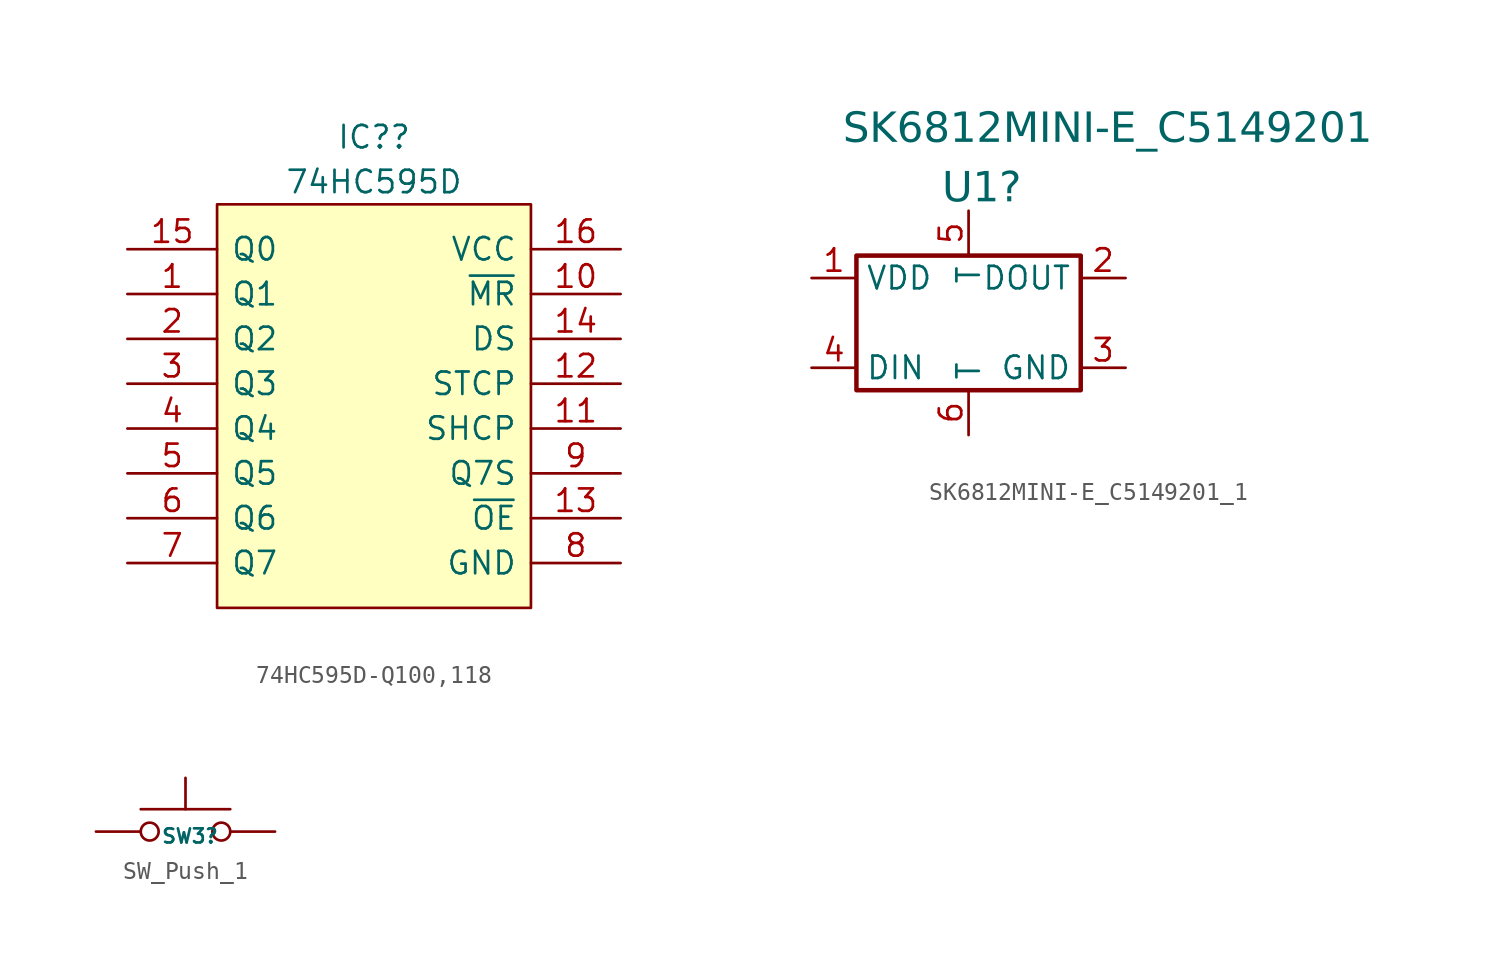
<source format=kicad_sym>
(kicad_symbol_lib
  (version 20231120)
  (generator "kicad_symbol_editor")
  (generator_version "8.0")
  (symbol "74HC595D-Q100,118"
    (pin_names
      (offset 0.762))
    (property "Reference" "IC?"
      (at 13.97 6.35 0)
      (effects (font (size 1.27 1.27))))
    (property "Value" "74HC595D"
      (at 13.97 3.81 0)
      (effects (font (size 1.27 1.27))))
    (symbol "74HC595D-Q100,118_0_0"
      (pin passive line (at 0 -2.54 0) (length 5.08) (name "Q1" (effects (font (size 1.27 1.27)))) (number "1" (effects (font (size 1.27 1.27)))))
      (pin passive line (at 27.94 -2.54 180) (length 5.08) (name "~{MR}" (effects (font (size 1.27 1.27)))) (number "10" (effects (font (size 1.27 1.27)))))
      (pin passive line (at 27.94 -10.16 180) (length 5.08) (name "SHCP" (effects (font (size 1.27 1.27)))) (number "11" (effects (font (size 1.27 1.27)))))
      (pin passive line (at 27.94 -7.62 180) (length 5.08) (name "STCP" (effects (font (size 1.27 1.27)))) (number "12" (effects (font (size 1.27 1.27)))))
      (pin passive line (at 27.94 -15.24 180) (length 5.08) (name "~{OE}" (effects (font (size 1.27 1.27)))) (number "13" (effects (font (size 1.27 1.27)))))
      (pin passive line (at 27.94 -5.08 180) (length 5.08) (name "DS" (effects (font (size 1.27 1.27)))) (number "14" (effects (font (size 1.27 1.27)))))
      (pin passive line (at 0 0 0) (length 5.08) (name "Q0" (effects (font (size 1.27 1.27)))) (number "15" (effects (font (size 1.27 1.27)))))
      (pin passive line (at 27.94 0 180) (length 5.08) (name "VCC" (effects (font (size 1.27 1.27)))) (number "16" (effects (font (size 1.27 1.27)))))
      (pin passive line (at 0 -5.08 0) (length 5.08) (name "Q2" (effects (font (size 1.27 1.27)))) (number "2" (effects (font (size 1.27 1.27)))))
      (pin passive line (at 0 -7.62 0) (length 5.08) (name "Q3" (effects (font (size 1.27 1.27)))) (number "3" (effects (font (size 1.27 1.27)))))
      (pin passive line (at 0 -10.16 0) (length 5.08) (name "Q4" (effects (font (size 1.27 1.27)))) (number "4" (effects (font (size 1.27 1.27)))))
      (pin passive line (at 0 -12.7 0) (length 5.08) (name "Q5" (effects (font (size 1.27 1.27)))) (number "5" (effects (font (size 1.27 1.27)))))
      (pin passive line (at 0 -15.24 0) (length 5.08) (name "Q6" (effects (font (size 1.27 1.27)))) (number "6" (effects (font (size 1.27 1.27)))))
      (pin passive line (at 0 -17.78 0) (length 5.08) (name "Q7" (effects (font (size 1.27 1.27)))) (number "7" (effects (font (size 1.27 1.27)))))
      (pin passive line (at 27.94 -17.78 180) (length 5.08) (name "GND" (effects (font (size 1.27 1.27)))) (number "8" (effects (font (size 1.27 1.27)))))
      (pin passive line (at 27.94 -12.7 180) (length 5.08) (name "Q7S" (effects (font (size 1.27 1.27)))) (number "9" (effects (font (size 1.27 1.27))))))
    (symbol "74HC595D-Q100,118_0_1"
      (polyline (pts (xy 5.08 2.54) (xy 22.86 2.54) (xy 22.86 -20.32) (xy 5.08 -20.32) (xy 5.08 2.54)) (stroke (width 0.152) (type default)) (fill (type background)))))
  (symbol "SK6812MINI-E_C5149201_1"
    (property "Reference" "U1"
      (at -1.499 9.842 0)
      (effects (font (face "Arial") (size 1.689 1.689)) (justify left top)))
    (property "Value" "SK6812MINI-E_C5149201"
      (at -7.112 13.208 0)
      (effects (font (face "Arial") (size 1.689 1.689)) (justify left top)))
    (symbol "SK6812MINI-E_C5149201_1_0_0"
      (rectangle (start -6.35 5.08) (end 6.35 -2.54) (stroke (width 0.254) (type solid)) (fill (type none)))
      (pin unspecified line (at -8.89 3.81 0) (length 2.54) (name "VDD" (effects (font (size 1.27 1.27)))) (number "1" (effects (font (size 1.27 1.27)))))
      (pin unspecified line (at 8.89 3.81 180) (length 2.54) (name "DOUT" (effects (font (size 1.27 1.27)))) (number "2" (effects (font (size 1.27 1.27)))))
      (pin unspecified line (at 8.89 -1.27 180) (length 2.54) (name "GND" (effects (font (size 1.27 1.27)))) (number "3" (effects (font (size 1.27 1.27)))))
      (pin unspecified line (at -8.89 -1.27 0) (length 2.54) (name "DIN" (effects (font (size 1.27 1.27)))) (number "4" (effects (font (size 1.27 1.27))))))
    (symbol "SK6812MINI-E_C5149201_1_1_0"
      (pin unspecified line (at 0 7.62 270) (length 2.54) (name "T" (effects (font (size 1.27 1.27)))) (number "5" (effects (font (size 1.27 1.27)))))
      (pin unspecified line (at 0 -5.08 90) (length 2.54) (name "T" (effects (font (size 1.27 1.27)))) (number "6" (effects (font (size 1.27 1.27)))))))
  (symbol "SW_Push_1"
    (pin_numbers hide)
    (pin_names
      (offset 1.016) hide)
    (property "Reference" "SW3"
      (at 0.254 -0.254 0)
      (effects (font (size 0.8 0.8))))
    (symbol "SW_Push_1_0_1"
      (circle (center -2.032 0) (radius 0.508) (stroke (width 0) (type default)) (fill (type none)))
      (polyline (pts (xy 0 1.27) (xy 0 3.048)) (stroke (width 0) (type default)) (fill (type none)))
      (polyline (pts (xy 2.54 1.27) (xy -2.54 1.27)) (stroke (width 0) (type default)) (fill (type none)))
      (circle (center 2.032 0) (radius 0.508) (stroke (width 0) (type default)) (fill (type none)))
      (pin passive line (at -5.08 0 0) (length 2.54) (name "1" (effects (font (size 1.27 1.27)))) (number "1" (effects (font (size 1.27 1.27)))))
      (pin passive line (at 5.08 0 180) (length 2.54) (name "2" (effects (font (size 1.27 1.27)))) (number "2" (effects (font (size 1.27 1.27))))))
    (symbol "SW_Push_1_1_1"
      (pin passive line (at -5.08 0 0) (length 2.54) hide (name "3" (effects (font (size 1.27 1.27)))) (number "3" (effects (font (size 1.27 1.27))))))))
</source>
